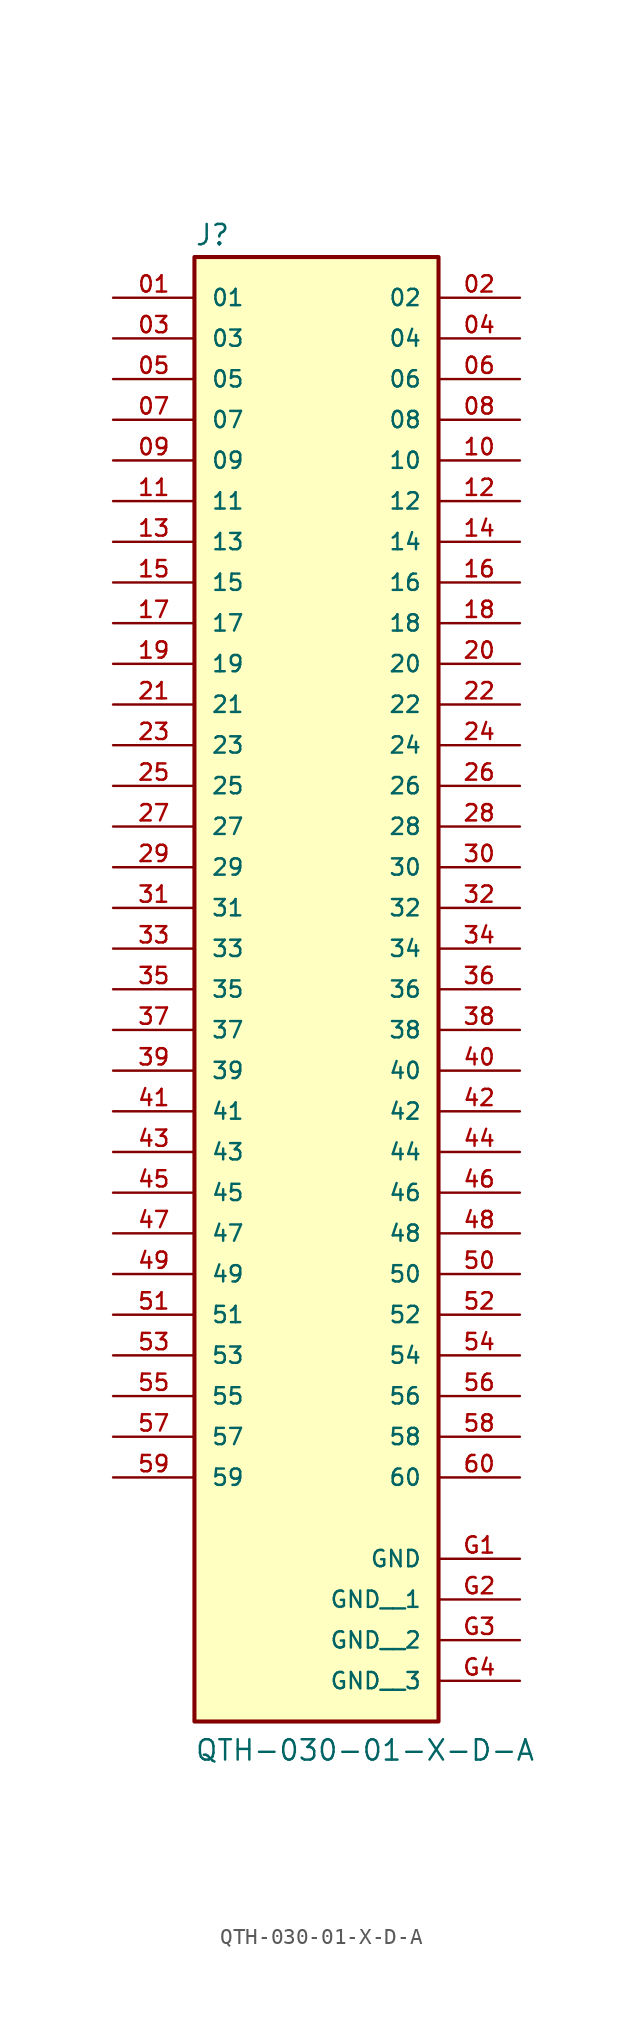
<source format=kicad_sym>
(kicad_symbol_lib
  (version 20211014)
  (generator kicad_symbol_editor)
  (symbol "QTH-030-01-X-D-A"
    (pin_names
      (offset 1.016))
    (property "Reference" "J"
      (at -7.62 43.815 0)
      (effects (font (size 1.27 1.27)) (justify bottom left)))
    (property "Value" "QTH-030-01-X-D-A"
      (at -7.62 -50.8 0)
      (effects (font (size 1.27 1.27)) (justify bottom left)))
    (symbol "QTH-030-01-X-D-A_0_0"
      (rectangle (start -7.62 -48.26) (end 7.62 43.18) (stroke (width 0.254)) (fill (type background)))
      (pin passive line (at -12.7 40.64 0) (length 5.08) (name "01" (effects (font (size 1.016 1.016)))) (number "01" (effects (font (size 1.016 1.016)))))
      (pin passive line (at 12.7 40.64 180.0) (length 5.08) (name "02" (effects (font (size 1.016 1.016)))) (number "02" (effects (font (size 1.016 1.016)))))
      (pin passive line (at -12.7 38.1 0) (length 5.08) (name "03" (effects (font (size 1.016 1.016)))) (number "03" (effects (font (size 1.016 1.016)))))
      (pin passive line (at 12.7 38.1 180.0) (length 5.08) (name "04" (effects (font (size 1.016 1.016)))) (number "04" (effects (font (size 1.016 1.016)))))
      (pin passive line (at -12.7 35.56 0) (length 5.08) (name "05" (effects (font (size 1.016 1.016)))) (number "05" (effects (font (size 1.016 1.016)))))
      (pin passive line (at 12.7 35.56 180.0) (length 5.08) (name "06" (effects (font (size 1.016 1.016)))) (number "06" (effects (font (size 1.016 1.016)))))
      (pin passive line (at -12.7 33.02 0) (length 5.08) (name "07" (effects (font (size 1.016 1.016)))) (number "07" (effects (font (size 1.016 1.016)))))
      (pin passive line (at 12.7 33.02 180.0) (length 5.08) (name "08" (effects (font (size 1.016 1.016)))) (number "08" (effects (font (size 1.016 1.016)))))
      (pin passive line (at -12.7 30.48 0) (length 5.08) (name "09" (effects (font (size 1.016 1.016)))) (number "09" (effects (font (size 1.016 1.016)))))
      (pin passive line (at 12.7 30.48 180.0) (length 5.08) (name "10" (effects (font (size 1.016 1.016)))) (number "10" (effects (font (size 1.016 1.016)))))
      (pin passive line (at -12.7 27.94 0) (length 5.08) (name "11" (effects (font (size 1.016 1.016)))) (number "11" (effects (font (size 1.016 1.016)))))
      (pin passive line (at 12.7 27.94 180.0) (length 5.08) (name "12" (effects (font (size 1.016 1.016)))) (number "12" (effects (font (size 1.016 1.016)))))
      (pin passive line (at -12.7 25.4 0) (length 5.08) (name "13" (effects (font (size 1.016 1.016)))) (number "13" (effects (font (size 1.016 1.016)))))
      (pin passive line (at 12.7 25.4 180.0) (length 5.08) (name "14" (effects (font (size 1.016 1.016)))) (number "14" (effects (font (size 1.016 1.016)))))
      (pin passive line (at -12.7 22.86 0) (length 5.08) (name "15" (effects (font (size 1.016 1.016)))) (number "15" (effects (font (size 1.016 1.016)))))
      (pin passive line (at 12.7 22.86 180.0) (length 5.08) (name "16" (effects (font (size 1.016 1.016)))) (number "16" (effects (font (size 1.016 1.016)))))
      (pin passive line (at -12.7 20.32 0) (length 5.08) (name "17" (effects (font (size 1.016 1.016)))) (number "17" (effects (font (size 1.016 1.016)))))
      (pin passive line (at 12.7 20.32 180.0) (length 5.08) (name "18" (effects (font (size 1.016 1.016)))) (number "18" (effects (font (size 1.016 1.016)))))
      (pin passive line (at -12.7 17.78 0) (length 5.08) (name "19" (effects (font (size 1.016 1.016)))) (number "19" (effects (font (size 1.016 1.016)))))
      (pin passive line (at 12.7 17.78 180.0) (length 5.08) (name "20" (effects (font (size 1.016 1.016)))) (number "20" (effects (font (size 1.016 1.016)))))
      (pin passive line (at -12.7 15.24 0) (length 5.08) (name "21" (effects (font (size 1.016 1.016)))) (number "21" (effects (font (size 1.016 1.016)))))
      (pin passive line (at 12.7 15.24 180.0) (length 5.08) (name "22" (effects (font (size 1.016 1.016)))) (number "22" (effects (font (size 1.016 1.016)))))
      (pin passive line (at -12.7 12.7 0) (length 5.08) (name "23" (effects (font (size 1.016 1.016)))) (number "23" (effects (font (size 1.016 1.016)))))
      (pin passive line (at 12.7 12.7 180.0) (length 5.08) (name "24" (effects (font (size 1.016 1.016)))) (number "24" (effects (font (size 1.016 1.016)))))
      (pin passive line (at -12.7 10.16 0) (length 5.08) (name "25" (effects (font (size 1.016 1.016)))) (number "25" (effects (font (size 1.016 1.016)))))
      (pin passive line (at 12.7 10.16 180.0) (length 5.08) (name "26" (effects (font (size 1.016 1.016)))) (number "26" (effects (font (size 1.016 1.016)))))
      (pin passive line (at -12.7 7.62 0) (length 5.08) (name "27" (effects (font (size 1.016 1.016)))) (number "27" (effects (font (size 1.016 1.016)))))
      (pin passive line (at 12.7 7.62 180.0) (length 5.08) (name "28" (effects (font (size 1.016 1.016)))) (number "28" (effects (font (size 1.016 1.016)))))
      (pin passive line (at -12.7 5.08 0) (length 5.08) (name "29" (effects (font (size 1.016 1.016)))) (number "29" (effects (font (size 1.016 1.016)))))
      (pin passive line (at 12.7 5.08 180.0) (length 5.08) (name "30" (effects (font (size 1.016 1.016)))) (number "30" (effects (font (size 1.016 1.016)))))
      (pin passive line (at -12.7 2.54 0) (length 5.08) (name "31" (effects (font (size 1.016 1.016)))) (number "31" (effects (font (size 1.016 1.016)))))
      (pin passive line (at 12.7 2.54 180.0) (length 5.08) (name "32" (effects (font (size 1.016 1.016)))) (number "32" (effects (font (size 1.016 1.016)))))
      (pin passive line (at -12.7 0.0 0) (length 5.08) (name "33" (effects (font (size 1.016 1.016)))) (number "33" (effects (font (size 1.016 1.016)))))
      (pin passive line (at 12.7 0.0 180.0) (length 5.08) (name "34" (effects (font (size 1.016 1.016)))) (number "34" (effects (font (size 1.016 1.016)))))
      (pin passive line (at -12.7 -2.54 0) (length 5.08) (name "35" (effects (font (size 1.016 1.016)))) (number "35" (effects (font (size 1.016 1.016)))))
      (pin passive line (at 12.7 -2.54 180.0) (length 5.08) (name "36" (effects (font (size 1.016 1.016)))) (number "36" (effects (font (size 1.016 1.016)))))
      (pin passive line (at -12.7 -5.08 0) (length 5.08) (name "37" (effects (font (size 1.016 1.016)))) (number "37" (effects (font (size 1.016 1.016)))))
      (pin passive line (at 12.7 -5.08 180.0) (length 5.08) (name "38" (effects (font (size 1.016 1.016)))) (number "38" (effects (font (size 1.016 1.016)))))
      (pin passive line (at -12.7 -7.62 0) (length 5.08) (name "39" (effects (font (size 1.016 1.016)))) (number "39" (effects (font (size 1.016 1.016)))))
      (pin passive line (at 12.7 -7.62 180.0) (length 5.08) (name "40" (effects (font (size 1.016 1.016)))) (number "40" (effects (font (size 1.016 1.016)))))
      (pin passive line (at -12.7 -10.16 0) (length 5.08) (name "41" (effects (font (size 1.016 1.016)))) (number "41" (effects (font (size 1.016 1.016)))))
      (pin passive line (at 12.7 -10.16 180.0) (length 5.08) (name "42" (effects (font (size 1.016 1.016)))) (number "42" (effects (font (size 1.016 1.016)))))
      (pin passive line (at -12.7 -12.7 0) (length 5.08) (name "43" (effects (font (size 1.016 1.016)))) (number "43" (effects (font (size 1.016 1.016)))))
      (pin passive line (at 12.7 -12.7 180.0) (length 5.08) (name "44" (effects (font (size 1.016 1.016)))) (number "44" (effects (font (size 1.016 1.016)))))
      (pin passive line (at -12.7 -15.24 0) (length 5.08) (name "45" (effects (font (size 1.016 1.016)))) (number "45" (effects (font (size 1.016 1.016)))))
      (pin passive line (at 12.7 -15.24 180.0) (length 5.08) (name "46" (effects (font (size 1.016 1.016)))) (number "46" (effects (font (size 1.016 1.016)))))
      (pin passive line (at -12.7 -17.78 0) (length 5.08) (name "47" (effects (font (size 1.016 1.016)))) (number "47" (effects (font (size 1.016 1.016)))))
      (pin passive line (at 12.7 -17.78 180.0) (length 5.08) (name "48" (effects (font (size 1.016 1.016)))) (number "48" (effects (font (size 1.016 1.016)))))
      (pin passive line (at -12.7 -20.32 0) (length 5.08) (name "49" (effects (font (size 1.016 1.016)))) (number "49" (effects (font (size 1.016 1.016)))))
      (pin passive line (at 12.7 -20.32 180.0) (length 5.08) (name "50" (effects (font (size 1.016 1.016)))) (number "50" (effects (font (size 1.016 1.016)))))
      (pin passive line (at -12.7 -22.86 0) (length 5.08) (name "51" (effects (font (size 1.016 1.016)))) (number "51" (effects (font (size 1.016 1.016)))))
      (pin passive line (at 12.7 -22.86 180.0) (length 5.08) (name "52" (effects (font (size 1.016 1.016)))) (number "52" (effects (font (size 1.016 1.016)))))
      (pin passive line (at -12.7 -25.4 0) (length 5.08) (name "53" (effects (font (size 1.016 1.016)))) (number "53" (effects (font (size 1.016 1.016)))))
      (pin passive line (at 12.7 -25.4 180.0) (length 5.08) (name "54" (effects (font (size 1.016 1.016)))) (number "54" (effects (font (size 1.016 1.016)))))
      (pin passive line (at -12.7 -27.94 0) (length 5.08) (name "55" (effects (font (size 1.016 1.016)))) (number "55" (effects (font (size 1.016 1.016)))))
      (pin passive line (at 12.7 -27.94 180.0) (length 5.08) (name "56" (effects (font (size 1.016 1.016)))) (number "56" (effects (font (size 1.016 1.016)))))
      (pin passive line (at -12.7 -30.48 0) (length 5.08) (name "57" (effects (font (size 1.016 1.016)))) (number "57" (effects (font (size 1.016 1.016)))))
      (pin passive line (at 12.7 -30.48 180.0) (length 5.08) (name "58" (effects (font (size 1.016 1.016)))) (number "58" (effects (font (size 1.016 1.016)))))
      (pin passive line (at -12.7 -33.02 0) (length 5.08) (name "59" (effects (font (size 1.016 1.016)))) (number "59" (effects (font (size 1.016 1.016)))))
      (pin passive line (at 12.7 -33.02 180.0) (length 5.08) (name "60" (effects (font (size 1.016 1.016)))) (number "60" (effects (font (size 1.016 1.016)))))
      (pin power_in line (at 12.7 -38.1 180.0) (length 5.08) (name "GND" (effects (font (size 1.016 1.016)))) (number "G1" (effects (font (size 1.016 1.016)))))
      (pin power_in line (at 12.7 -40.64 180.0) (length 5.08) (name "GND__1" (effects (font (size 1.016 1.016)))) (number "G2" (effects (font (size 1.016 1.016)))))
      (pin power_in line (at 12.7 -43.18 180.0) (length 5.08) (name "GND__2" (effects (font (size 1.016 1.016)))) (number "G3" (effects (font (size 1.016 1.016)))))
      (pin power_in line (at 12.7 -45.72 180.0) (length 5.08) (name "GND__3" (effects (font (size 1.016 1.016)))) (number "G4" (effects (font (size 1.016 1.016))))))))
</source>
